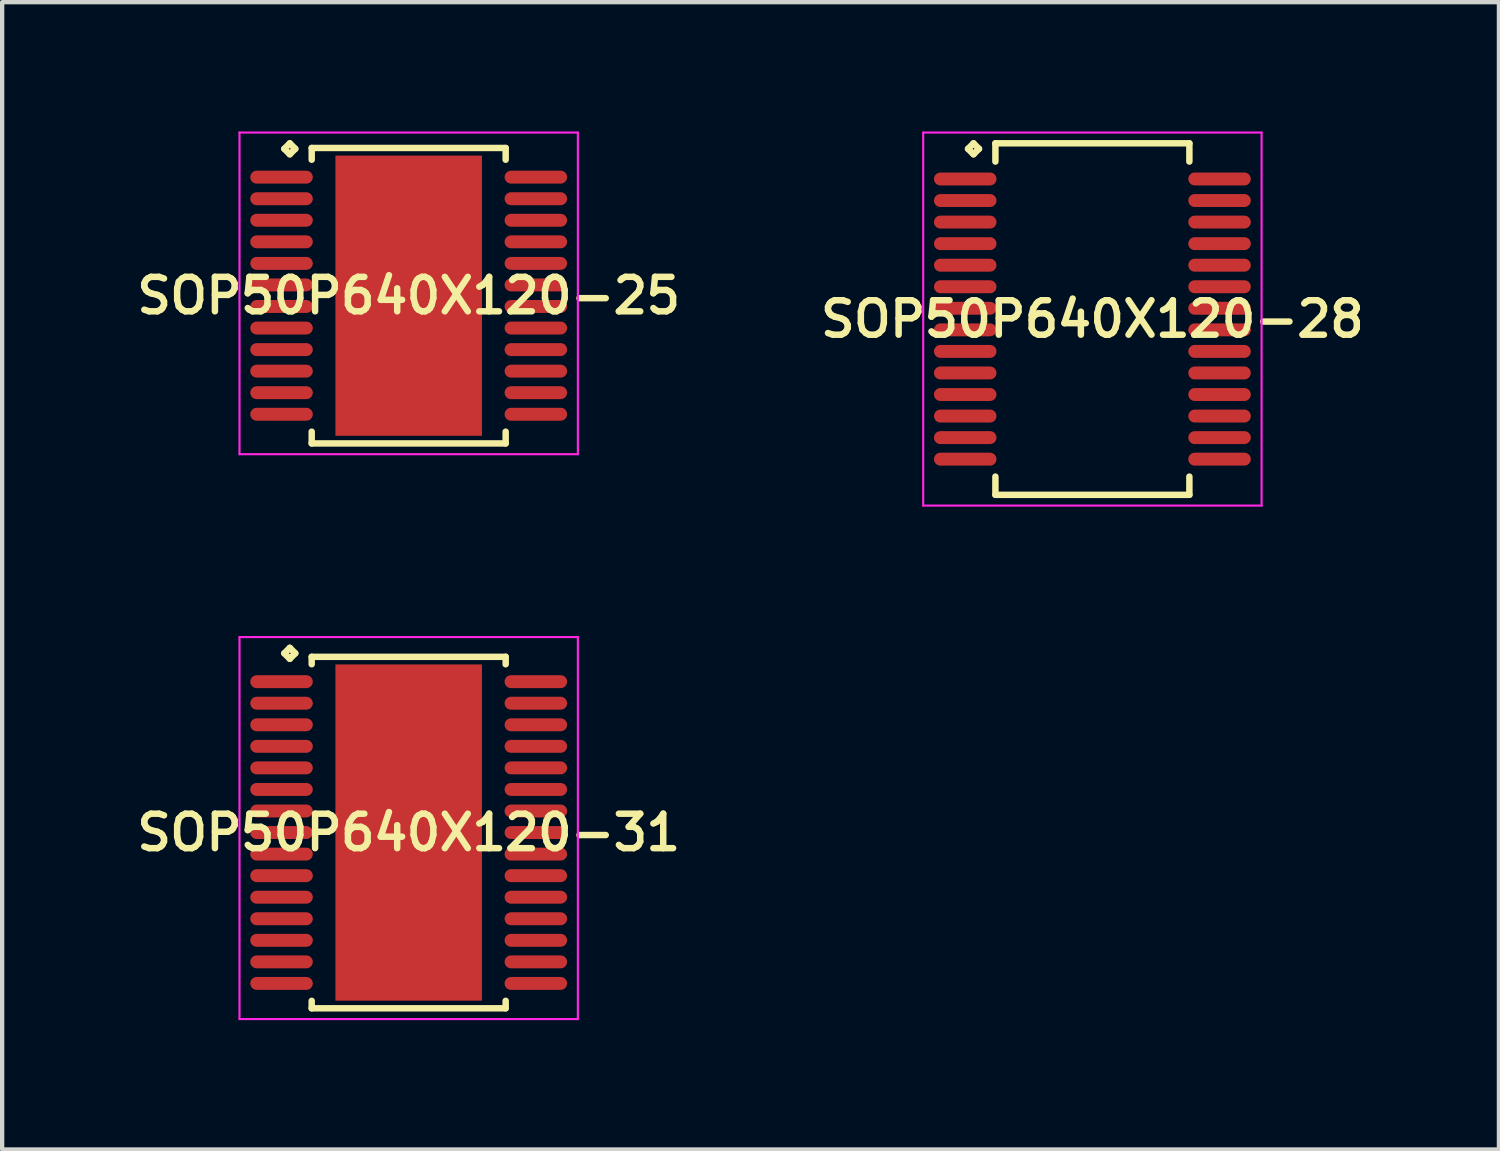
<source format=kicad_pcb>
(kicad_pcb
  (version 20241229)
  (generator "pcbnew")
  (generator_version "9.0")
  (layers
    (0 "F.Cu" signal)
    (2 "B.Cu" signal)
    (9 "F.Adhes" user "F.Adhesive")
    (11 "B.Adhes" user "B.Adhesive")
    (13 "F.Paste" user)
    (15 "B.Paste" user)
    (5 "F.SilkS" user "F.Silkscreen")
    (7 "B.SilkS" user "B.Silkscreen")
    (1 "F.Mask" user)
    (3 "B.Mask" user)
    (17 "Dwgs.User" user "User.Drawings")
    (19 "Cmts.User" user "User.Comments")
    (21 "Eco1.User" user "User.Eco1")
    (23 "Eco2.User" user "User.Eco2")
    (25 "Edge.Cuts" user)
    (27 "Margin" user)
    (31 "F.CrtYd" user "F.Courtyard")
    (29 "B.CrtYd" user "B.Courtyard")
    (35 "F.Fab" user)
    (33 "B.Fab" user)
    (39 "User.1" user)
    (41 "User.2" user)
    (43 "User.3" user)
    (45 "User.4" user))
  (footprint "SOP50P640X120-28"
    (layer "F.Cu")
    (at 22.292 4.352)
    (property "Reference" "SOP50P640X120-28" (at 0 0 0) (layer "F.SilkS") (effects (font (size 0.8 0.8) (thickness 0.15))))
    (attr smd)
    (fp_line (start -2.885 -3.95) (end -2.758 -4.077) (stroke (width 0.15) (type solid)) (layer "F.SilkS"))
    (fp_line (start -2.758 -4.077) (end -2.631 -3.95) (stroke (width 0.15) (type solid)) (layer "F.SilkS"))
    (fp_line (start -2.758 -3.823) (end -2.885 -3.95) (stroke (width 0.15) (type solid)) (layer "F.SilkS"))
    (fp_line (start -2.631 -3.95) (end -2.758 -3.823) (stroke (width 0.15) (type solid)) (layer "F.SilkS"))
    (fp_line (start -2.25 -4.077) (end 2.25 -4.077) (stroke (width 0.15) (type solid)) (layer "F.SilkS"))
    (fp_line (start -2.25 -3.654) (end -2.25 -4.077) (stroke (width 0.15) (type solid)) (layer "F.SilkS"))
    (fp_line (start -2.25 3.654) (end -2.25 4.077) (stroke (width 0.15) (type solid)) (layer "F.SilkS"))
    (fp_line (start -2.25 4.077) (end 2.25 4.077) (stroke (width 0.15) (type solid)) (layer "F.SilkS"))
    (fp_line (start 2.25 -4.077) (end 2.25 -3.654) (stroke (width 0.15) (type solid)) (layer "F.SilkS"))
    (fp_line (start 2.25 4.077) (end 2.25 3.654) (stroke (width 0.15) (type solid)) (layer "F.SilkS"))
    (fp_line (start -3.925 -4.327) (end 3.925 -4.327) (stroke (width 0.05) (type solid)) (layer "F.CrtYd"))
    (fp_line (start -3.925 4.327) (end -3.925 -4.327) (stroke (width 0.05) (type solid)) (layer "F.CrtYd"))
    (fp_line (start 3.925 -4.327) (end 3.925 4.327) (stroke (width 0.05) (type solid)) (layer "F.CrtYd"))
    (fp_line (start 3.925 4.327) (end -3.925 4.327) (stroke (width 0.05) (type solid)) (layer "F.CrtYd"))
    (pad "1" smd oval (at -2.95 -3.25) (size 1.45 0.3) (layers "F.Cu" "F.Mask" "F.Paste"))
    (pad "2" smd oval (at -2.95 -2.75) (size 1.45 0.3) (layers "F.Cu" "F.Mask" "F.Paste"))
    (pad "3" smd oval (at -2.95 -2.25) (size 1.45 0.3) (layers "F.Cu" "F.Mask" "F.Paste"))
    (pad "4" smd oval (at -2.95 -1.75) (size 1.45 0.3) (layers "F.Cu" "F.Mask" "F.Paste"))
    (pad "5" smd oval (at -2.95 -1.25) (size 1.45 0.3) (layers "F.Cu" "F.Mask" "F.Paste"))
    (pad "6" smd oval (at -2.95 -0.75) (size 1.45 0.3) (layers "F.Cu" "F.Mask" "F.Paste"))
    (pad "7" smd oval (at -2.95 -0.25) (size 1.45 0.3) (layers "F.Cu" "F.Mask" "F.Paste"))
    (pad "8" smd oval (at -2.95 0.25) (size 1.45 0.3) (layers "F.Cu" "F.Mask" "F.Paste"))
    (pad "9" smd oval (at -2.95 0.75) (size 1.45 0.3) (layers "F.Cu" "F.Mask" "F.Paste"))
    (pad "10" smd oval (at -2.95 1.25) (size 1.45 0.3) (layers "F.Cu" "F.Mask" "F.Paste"))
    (pad "11" smd oval (at -2.95 1.75) (size 1.45 0.3) (layers "F.Cu" "F.Mask" "F.Paste"))
    (pad "12" smd oval (at -2.95 2.25) (size 1.45 0.3) (layers "F.Cu" "F.Mask" "F.Paste"))
    (pad "13" smd oval (at -2.95 2.75) (size 1.45 0.3) (layers "F.Cu" "F.Mask" "F.Paste"))
    (pad "14" smd oval (at -2.95 3.25) (size 1.45 0.3) (layers "F.Cu" "F.Mask" "F.Paste"))
    (pad "15" smd oval (at 2.95 3.25) (size 1.45 0.3) (layers "F.Cu" "F.Mask" "F.Paste"))
    (pad "16" smd oval (at 2.95 2.75) (size 1.45 0.3) (layers "F.Cu" "F.Mask" "F.Paste"))
    (pad "17" smd oval (at 2.95 2.25) (size 1.45 0.3) (layers "F.Cu" "F.Mask" "F.Paste"))
    (pad "18" smd oval (at 2.95 1.75) (size 1.45 0.3) (layers "F.Cu" "F.Mask" "F.Paste"))
    (pad "19" smd oval (at 2.95 1.25) (size 1.45 0.3) (layers "F.Cu" "F.Mask" "F.Paste"))
    (pad "20" smd oval (at 2.95 0.75) (size 1.45 0.3) (layers "F.Cu" "F.Mask" "F.Paste"))
    (pad "21" smd oval (at 2.95 0.25) (size 1.45 0.3) (layers "F.Cu" "F.Mask" "F.Paste"))
    (pad "22" smd oval (at 2.95 -0.25) (size 1.45 0.3) (layers "F.Cu" "F.Mask" "F.Paste"))
    (pad "23" smd oval (at 2.95 -0.75) (size 1.45 0.3) (layers "F.Cu" "F.Mask" "F.Paste"))
    (pad "24" smd oval (at 2.95 -1.25) (size 1.45 0.3) (layers "F.Cu" "F.Mask" "F.Paste"))
    (pad "25" smd oval (at 2.95 -1.75) (size 1.45 0.3) (layers "F.Cu" "F.Mask" "F.Paste"))
    (pad "26" smd oval (at 2.95 -2.25) (size 1.45 0.3) (layers "F.Cu" "F.Mask" "F.Paste"))
    (pad "27" smd oval (at 2.95 -2.75) (size 1.45 0.3) (layers "F.Cu" "F.Mask" "F.Paste"))
    (pad "28" smd oval (at 2.95 -3.25) (size 1.45 0.3) (layers "F.Cu" "F.Mask" "F.Paste")))
  (footprint "SOP50P640X120-31"
    (layer "F.Cu")
    (at 6.431 16.264)
    (property "Reference" "SOP50P640X120-31" (at 0 0 0) (layer "F.SilkS") (effects (font (size 0.8 0.8) (thickness 0.15))))
    (attr smd)
    (fp_line (start -2.885 -4.158) (end -2.758 -4.285) (stroke (width 0.15) (type solid)) (layer "F.SilkS"))
    (fp_line (start -2.758 -4.285) (end -2.631 -4.158) (stroke (width 0.15) (type solid)) (layer "F.SilkS"))
    (fp_line (start -2.758 -4.031) (end -2.885 -4.158) (stroke (width 0.15) (type solid)) (layer "F.SilkS"))
    (fp_line (start -2.631 -4.158) (end -2.758 -4.031) (stroke (width 0.15) (type solid)) (layer "F.SilkS"))
    (fp_line (start -2.25 -4.077) (end 2.25 -4.077) (stroke (width 0.15) (type solid)) (layer "F.SilkS"))
    (fp_line (start -2.25 -3.904) (end -2.25 -4.077) (stroke (width 0.15) (type solid)) (layer "F.SilkS"))
    (fp_line (start -2.25 3.904) (end -2.25 4.077) (stroke (width 0.15) (type solid)) (layer "F.SilkS"))
    (fp_line (start -2.25 4.077) (end 2.25 4.077) (stroke (width 0.15) (type solid)) (layer "F.SilkS"))
    (fp_line (start 2.25 -4.077) (end 2.25 -3.904) (stroke (width 0.15) (type solid)) (layer "F.SilkS"))
    (fp_line (start 2.25 4.077) (end 2.25 3.904) (stroke (width 0.15) (type solid)) (layer "F.SilkS"))
    (fp_line (start -3.925 -4.535) (end 3.925 -4.535) (stroke (width 0.05) (type solid)) (layer "F.CrtYd"))
    (fp_line (start -3.925 4.327) (end -3.925 -4.535) (stroke (width 0.05) (type solid)) (layer "F.CrtYd"))
    (fp_line (start 3.925 -4.535) (end 3.925 4.327) (stroke (width 0.05) (type solid)) (layer "F.CrtYd"))
    (fp_line (start 3.925 4.327) (end -3.925 4.327) (stroke (width 0.05) (type solid)) (layer "F.CrtYd"))
    (pad "1" smd oval (at -2.95 -3.5) (size 1.45 0.3) (layers "F.Cu" "F.Mask" "F.Paste"))
    (pad "2" smd oval (at -2.95 -3) (size 1.45 0.3) (layers "F.Cu" "F.Mask" "F.Paste"))
    (pad "3" smd oval (at -2.95 -2.5) (size 1.45 0.3) (layers "F.Cu" "F.Mask" "F.Paste"))
    (pad "4" smd oval (at -2.95 -2) (size 1.45 0.3) (layers "F.Cu" "F.Mask" "F.Paste"))
    (pad "5" smd oval (at -2.95 -1.5) (size 1.45 0.3) (layers "F.Cu" "F.Mask" "F.Paste"))
    (pad "6" smd oval (at -2.95 -1) (size 1.45 0.3) (layers "F.Cu" "F.Mask" "F.Paste"))
    (pad "7" smd oval (at -2.95 -0.5) (size 1.45 0.3) (layers "F.Cu" "F.Mask" "F.Paste"))
    (pad "8" smd oval (at -2.95 0) (size 1.45 0.3) (layers "F.Cu" "F.Mask" "F.Paste"))
    (pad "9" smd oval (at -2.95 0.5) (size 1.45 0.3) (layers "F.Cu" "F.Mask" "F.Paste"))
    (pad "10" smd oval (at -2.95 1) (size 1.45 0.3) (layers "F.Cu" "F.Mask" "F.Paste"))
    (pad "11" smd oval (at -2.95 1.5) (size 1.45 0.3) (layers "F.Cu" "F.Mask" "F.Paste"))
    (pad "12" smd oval (at -2.95 2) (size 1.45 0.3) (layers "F.Cu" "F.Mask" "F.Paste"))
    (pad "13" smd oval (at -2.95 2.5) (size 1.45 0.3) (layers "F.Cu" "F.Mask" "F.Paste"))
    (pad "14" smd oval (at -2.95 3) (size 1.45 0.3) (layers "F.Cu" "F.Mask" "F.Paste"))
    (pad "15" smd oval (at -2.95 3.5) (size 1.45 0.3) (layers "F.Cu" "F.Mask" "F.Paste"))
    (pad "16" smd oval (at 2.95 3.5) (size 1.45 0.3) (layers "F.Cu" "F.Mask" "F.Paste"))
    (pad "17" smd oval (at 2.95 3) (size 1.45 0.3) (layers "F.Cu" "F.Mask" "F.Paste"))
    (pad "18" smd oval (at 2.95 2.5) (size 1.45 0.3) (layers "F.Cu" "F.Mask" "F.Paste"))
    (pad "19" smd oval (at 2.95 2) (size 1.45 0.3) (layers "F.Cu" "F.Mask" "F.Paste"))
    (pad "20" smd oval (at 2.95 1.5) (size 1.45 0.3) (layers "F.Cu" "F.Mask" "F.Paste"))
    (pad "21" smd oval (at 2.95 1) (size 1.45 0.3) (layers "F.Cu" "F.Mask" "F.Paste"))
    (pad "22" smd oval (at 2.95 0.5) (size 1.45 0.3) (layers "F.Cu" "F.Mask" "F.Paste"))
    (pad "23" smd oval (at 2.95 0) (size 1.45 0.3) (layers "F.Cu" "F.Mask" "F.Paste"))
    (pad "24" smd oval (at 2.95 -0.5) (size 1.45 0.3) (layers "F.Cu" "F.Mask" "F.Paste"))
    (pad "25" smd oval (at 2.95 -1) (size 1.45 0.3) (layers "F.Cu" "F.Mask" "F.Paste"))
    (pad "26" smd oval (at 2.95 -1.5) (size 1.45 0.3) (layers "F.Cu" "F.Mask" "F.Paste"))
    (pad "27" smd oval (at 2.95 -2) (size 1.45 0.3) (layers "F.Cu" "F.Mask" "F.Paste"))
    (pad "28" smd oval (at 2.95 -2.5) (size 1.45 0.3) (layers "F.Cu" "F.Mask" "F.Paste"))
    (pad "29" smd oval (at 2.95 -3) (size 1.45 0.3) (layers "F.Cu" "F.Mask" "F.Paste"))
    (pad "30" smd oval (at 2.95 -3.5) (size 1.45 0.3) (layers "F.Cu" "F.Mask" "F.Paste"))
    (pad "31" smd rect (at 0 0) (size 3.4 7.8) (layers "F.Cu" "F.Mask" "F.Paste")))
  (footprint "SOP50P640X120-25"
    (layer "F.Cu")
    (at 6.431 3.81)
    (property "Reference" "SOP50P640X120-25" (at 0 0 0) (layer "F.SilkS") (effects (font (size 0.8 0.8) (thickness 0.15))))
    (attr smd)
    (fp_line (start -2.885 -3.408) (end -2.758 -3.535) (stroke (width 0.15) (type solid)) (layer "F.SilkS"))
    (fp_line (start -2.758 -3.535) (end -2.631 -3.408) (stroke (width 0.15) (type solid)) (layer "F.SilkS"))
    (fp_line (start -2.758 -3.281) (end -2.885 -3.408) (stroke (width 0.15) (type solid)) (layer "F.SilkS"))
    (fp_line (start -2.631 -3.408) (end -2.758 -3.281) (stroke (width 0.15) (type solid)) (layer "F.SilkS"))
    (fp_line (start -2.25 -3.427) (end 2.25 -3.427) (stroke (width 0.15) (type solid)) (layer "F.SilkS"))
    (fp_line (start -2.25 -3.154) (end -2.25 -3.427) (stroke (width 0.15) (type solid)) (layer "F.SilkS"))
    (fp_line (start -2.25 3.154) (end -2.25 3.427) (stroke (width 0.15) (type solid)) (layer "F.SilkS"))
    (fp_line (start -2.25 3.427) (end 2.25 3.427) (stroke (width 0.15) (type solid)) (layer "F.SilkS"))
    (fp_line (start 2.25 -3.427) (end 2.25 -3.154) (stroke (width 0.15) (type solid)) (layer "F.SilkS"))
    (fp_line (start 2.25 3.427) (end 2.25 3.154) (stroke (width 0.15) (type solid)) (layer "F.SilkS"))
    (fp_line (start -3.925 -3.785) (end 3.925 -3.785) (stroke (width 0.05) (type solid)) (layer "F.CrtYd"))
    (fp_line (start -3.925 3.677) (end -3.925 -3.785) (stroke (width 0.05) (type solid)) (layer "F.CrtYd"))
    (fp_line (start 3.925 -3.785) (end 3.925 3.677) (stroke (width 0.05) (type solid)) (layer "F.CrtYd"))
    (fp_line (start 3.925 3.677) (end -3.925 3.677) (stroke (width 0.05) (type solid)) (layer "F.CrtYd"))
    (pad "1" smd oval (at -2.95 -2.75) (size 1.45 0.3) (layers "F.Cu" "F.Mask" "F.Paste"))
    (pad "2" smd oval (at -2.95 -2.25) (size 1.45 0.3) (layers "F.Cu" "F.Mask" "F.Paste"))
    (pad "3" smd oval (at -2.95 -1.75) (size 1.45 0.3) (layers "F.Cu" "F.Mask" "F.Paste"))
    (pad "4" smd oval (at -2.95 -1.25) (size 1.45 0.3) (layers "F.Cu" "F.Mask" "F.Paste"))
    (pad "5" smd oval (at -2.95 -0.75) (size 1.45 0.3) (layers "F.Cu" "F.Mask" "F.Paste"))
    (pad "6" smd oval (at -2.95 -0.25) (size 1.45 0.3) (layers "F.Cu" "F.Mask" "F.Paste"))
    (pad "7" smd oval (at -2.95 0.25) (size 1.45 0.3) (layers "F.Cu" "F.Mask" "F.Paste"))
    (pad "8" smd oval (at -2.95 0.75) (size 1.45 0.3) (layers "F.Cu" "F.Mask" "F.Paste"))
    (pad "9" smd oval (at -2.95 1.25) (size 1.45 0.3) (layers "F.Cu" "F.Mask" "F.Paste"))
    (pad "10" smd oval (at -2.95 1.75) (size 1.45 0.3) (layers "F.Cu" "F.Mask" "F.Paste"))
    (pad "11" smd oval (at -2.95 2.25) (size 1.45 0.3) (layers "F.Cu" "F.Mask" "F.Paste"))
    (pad "12" smd oval (at -2.95 2.75) (size 1.45 0.3) (layers "F.Cu" "F.Mask" "F.Paste"))
    (pad "13" smd oval (at 2.95 2.75) (size 1.45 0.3) (layers "F.Cu" "F.Mask" "F.Paste"))
    (pad "14" smd oval (at 2.95 2.25) (size 1.45 0.3) (layers "F.Cu" "F.Mask" "F.Paste"))
    (pad "15" smd oval (at 2.95 1.75) (size 1.45 0.3) (layers "F.Cu" "F.Mask" "F.Paste"))
    (pad "16" smd oval (at 2.95 1.25) (size 1.45 0.3) (layers "F.Cu" "F.Mask" "F.Paste"))
    (pad "17" smd oval (at 2.95 0.75) (size 1.45 0.3) (layers "F.Cu" "F.Mask" "F.Paste"))
    (pad "18" smd oval (at 2.95 0.25) (size 1.45 0.3) (layers "F.Cu" "F.Mask" "F.Paste"))
    (pad "19" smd oval (at 2.95 -0.25) (size 1.45 0.3) (layers "F.Cu" "F.Mask" "F.Paste"))
    (pad "20" smd oval (at 2.95 -0.75) (size 1.45 0.3) (layers "F.Cu" "F.Mask" "F.Paste"))
    (pad "21" smd oval (at 2.95 -1.25) (size 1.45 0.3) (layers "F.Cu" "F.Mask" "F.Paste"))
    (pad "22" smd oval (at 2.95 -1.75) (size 1.45 0.3) (layers "F.Cu" "F.Mask" "F.Paste"))
    (pad "23" smd oval (at 2.95 -2.25) (size 1.45 0.3) (layers "F.Cu" "F.Mask" "F.Paste"))
    (pad "24" smd oval (at 2.95 -2.75) (size 1.45 0.3) (layers "F.Cu" "F.Mask" "F.Paste"))
    (pad "25" smd rect (at 0 0) (size 3.4 6.5) (layers "F.Cu" "F.Mask" "F.Paste")))
  (gr_rect
    (start -3 -3)
    (end 31.723 23.616)
    (stroke (width 0.1) (type default))
    (fill no)
    (layer "Edge.Cuts")))
</source>
